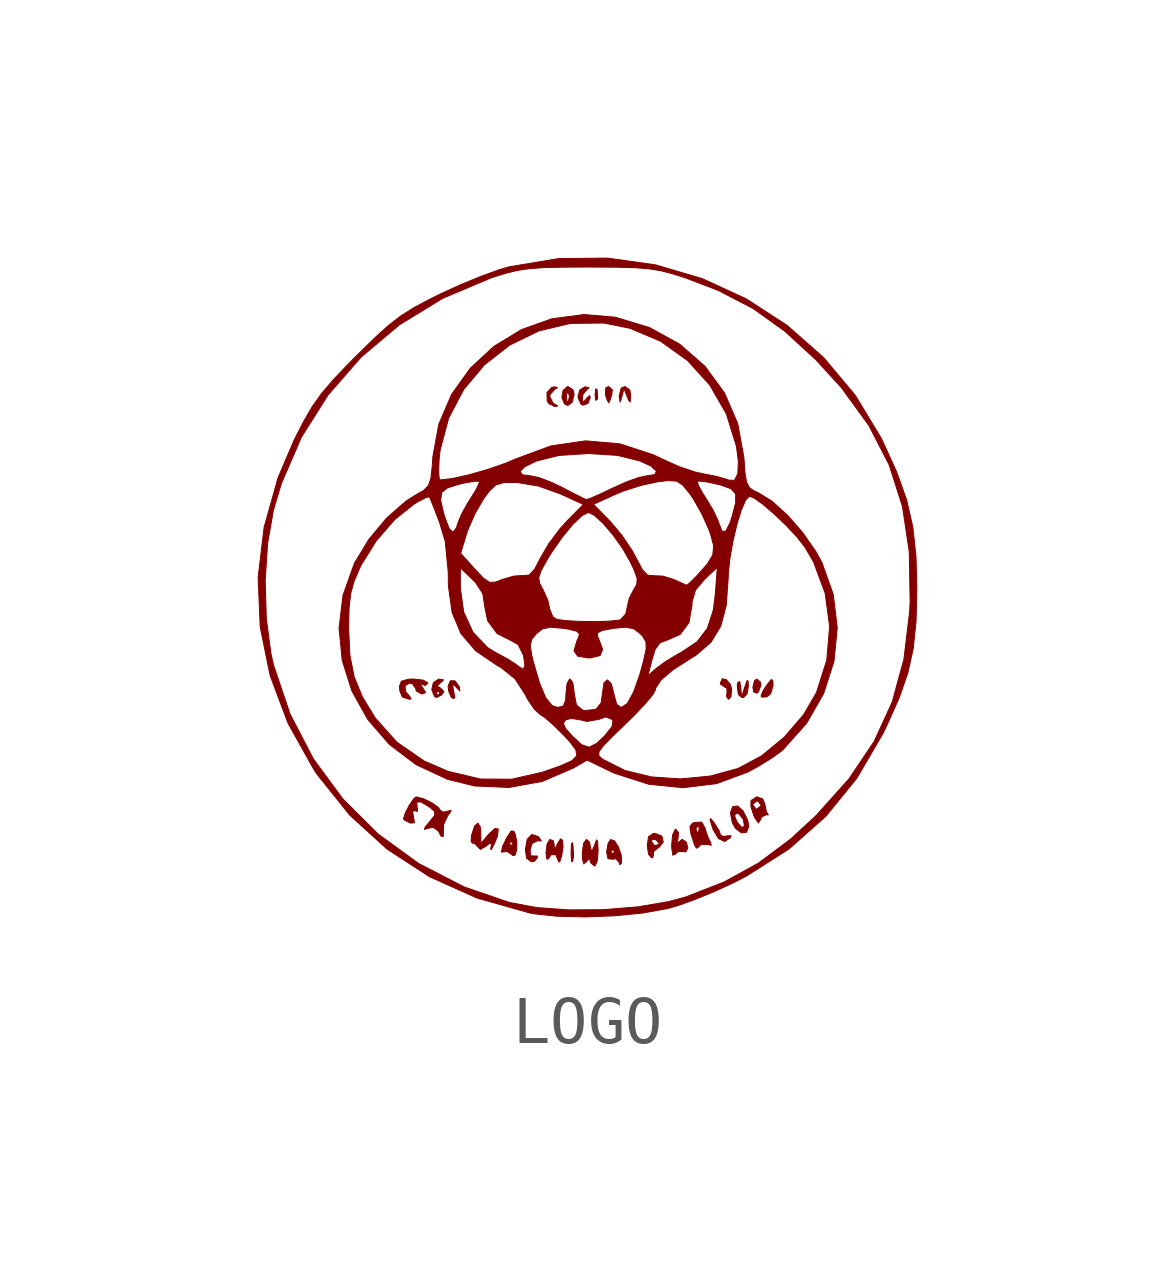
<source format=kicad_sym>
(kicad_symbol_lib
  (version 20231120)
  (generator "kicad_symbol_editor")
  (generator_version "8.0")
  (symbol "LOGO"
    (pin_names
      (offset 1.016))
    (property "Reference" "#G"
      (at 0 8.848 0)
      (effects (font (size 1.27 1.27)) (hide yes)))
    (symbol "LOGO_0_0"
      (polyline (pts (xy 3.237 -2.32) (xy 3.233 -2.318) (xy 3.234 -2.328) (xy 3.237 -2.32)) (stroke (width 0.01) (type default)) (fill (type outline)))
      (polyline (pts (xy 0.225 3.873) (xy 0.237 3.912) (xy 0.225 4.085) (xy 0.196 4.099) (xy 0.183 3.979) (xy 0.195 3.863) (xy 0.225 3.873)) (stroke (width 0.01) (type default)) (fill (type outline)))
      (polyline (pts (xy 3.219 -2.117) (xy 3.197 -2.001) (xy 3.16 -2.014) (xy 3.146 -2.073) (xy 3.166 -2.252) (xy 3.188 -2.294) (xy 3.233 -2.318) (xy 3.219 -2.117)) (stroke (width 0.01) (type default)) (fill (type outline)))
      (polyline (pts (xy 3.35 -2.26) (xy 3.378 -2.091) (xy 3.372 -1.993) (xy 3.352 -1.977) (xy 3.302 -2.117) (xy 3.237 -2.32) (xy 3.272 -2.338) (xy 3.35 -2.26)) (stroke (width 0.01) (type default)) (fill (type outline)))
      (polyline (pts (xy -0.281 -5.737) (xy -0.265 -5.619) (xy -0.279 -5.399) (xy -0.29 -5.357) (xy -0.309 -5.382) (xy -0.317 -5.546) (xy -0.316 -5.635) (xy -0.303 -5.757) (xy -0.281 -5.737)) (stroke (width 0.01) (type default)) (fill (type outline)))
      (polyline (pts (xy 0.487 3.843) (xy 0.532 3.979) (xy 0.541 4.084) (xy 0.466 4.149) (xy 0.405 4.12) (xy 0.399 3.979) (xy 0.429 3.88) (xy 0.466 3.81) (xy 0.487 3.843)) (stroke (width 0.01) (type default)) (fill (type outline)))
      (polyline (pts (xy 3.589 -2.213) (xy 3.641 -2.069) (xy 3.632 -2.016) (xy 3.556 -1.947) (xy 3.506 -1.981) (xy 3.471 -2.122) (xy 3.489 -2.218) (xy 3.556 -2.244) (xy 3.589 -2.213)) (stroke (width 0.01) (type default)) (fill (type outline)))
      (polyline (pts (xy 3.768 -2.317) (xy 3.842 -2.253) (xy 3.892 -2.087) (xy 3.888 -1.986) (xy 3.858 -1.957) (xy 3.765 -2.069) (xy 3.687 -2.188) (xy 3.641 -2.3) (xy 3.658 -2.326) (xy 3.768 -2.317)) (stroke (width 0.01) (type default)) (fill (type outline)))
      (polyline (pts (xy 0.925 3.958) (xy 0.906 4.077) (xy 0.804 4.149) (xy 0.727 4.114) (xy 0.687 3.958) (xy 0.692 3.878) (xy 0.707 3.827) (xy 0.741 3.937) (xy 0.785 4.106) (xy 0.852 3.937) (xy 0.885 3.858) (xy 0.916 3.827) (xy 0.925 3.958)) (stroke (width 0.01) (type default)) (fill (type outline)))
      (polyline (pts (xy 3.014 -2.318) (xy 3.029 -2.159) (xy 3.003 -2.063) (xy 2.921 -1.962) (xy 2.834 -1.942) (xy 2.794 -2.032) (xy 2.798 -2.057) (xy 2.888 -2.117) (xy 2.929 -2.135) (xy 2.933 -2.244) (xy 2.919 -2.309) (xy 2.965 -2.371) (xy 3.014 -2.318)) (stroke (width 0.01) (type default)) (fill (type outline)))
      (polyline (pts (xy -0.596 3.743) (xy -0.656 3.781) (xy -0.695 3.805) (xy -0.762 3.937) (xy -0.754 3.981) (xy -0.656 4.093) (xy -0.601 4.122) (xy -0.651 4.142) (xy -0.721 4.132) (xy -0.82 4.022) (xy -0.815 3.848) (xy -0.781 3.793) (xy -0.659 3.732) (xy -0.596 3.743)) (stroke (width 0.01) (type default)) (fill (type outline)))
      (polyline (pts (xy 3.005 -5.25) (xy 3.013 -5.211) (xy 2.925 -5.217) (xy 2.857 -5.232) (xy 2.794 -5.19) (xy 2.766 -5.105) (xy 2.668 -4.948) (xy 2.666 -4.945) (xy 2.589 -4.854) (xy 2.58 -4.886) (xy 2.634 -5.059) (xy 2.643 -5.083) (xy 2.755 -5.273) (xy 2.887 -5.335) (xy 3.005 -5.25)) (stroke (width 0.01) (type default)) (fill (type outline)))
      (polyline (pts (xy -2.741 -2.338) (xy -2.767 -2.18) (xy -2.779 -2.122) (xy -2.778 -2.048) (xy -2.71 -2.117) (xy -2.699 -2.131) (xy -2.636 -2.196) (xy -2.645 -2.122) (xy -2.651 -2.102) (xy -2.736 -1.986) (xy -2.832 -1.982) (xy -2.879 -2.095) (xy -2.87 -2.19) (xy -2.822 -2.314) (xy -2.773 -2.357) (xy -2.741 -2.338)) (stroke (width 0.01) (type default)) (fill (type outline)))
      (polyline (pts (xy -1.085 -5.747) (xy -1.016 -5.668) (xy -1.025 -5.635) (xy -1.108 -5.635) (xy -1.165 -5.631) (xy -1.169 -5.492) (xy -1.125 -5.368) (xy -1.014 -5.319) (xy -0.938 -5.321) (xy -0.987 -5.246) (xy -1.005 -5.229) (xy -1.135 -5.187) (xy -1.232 -5.288) (xy -1.27 -5.508) (xy -1.244 -5.682) (xy -1.143 -5.757) (xy -1.085 -5.747)) (stroke (width 0.01) (type default)) (fill (type outline)))
      (polyline (pts (xy 0.034 3.796) (xy 0.083 3.921) (xy 0.068 3.96) (xy 0 3.895) (xy -0.011 3.877) (xy -0.07 3.815) (xy -0.083 3.909) (xy -0.071 3.982) (xy 0.021 4.093) (xy 0.059 4.12) (xy -0.021 4.142) (xy -0.032 4.142) (xy -0.139 4.072) (xy -0.174 3.926) (xy -0.115 3.784) (xy -0.07 3.759) (xy 0.034 3.796)) (stroke (width 0.01) (type default)) (fill (type outline)))
      (polyline (pts (xy 1.855 -5.598) (xy 1.904 -5.548) (xy 2.023 -5.54) (xy 2.071 -5.552) (xy 2.117 -5.471) (xy 2.084 -5.346) (xy 1.998 -5.288) (xy 1.913 -5.355) (xy 1.893 -5.377) (xy 1.911 -5.271) (xy 1.922 -5.149) (xy 1.868 -5.08) (xy 1.852 -5.085) (xy 1.8 -5.193) (xy 1.779 -5.397) (xy 1.781 -5.475) (xy 1.804 -5.619) (xy 1.855 -5.598)) (stroke (width 0.01) (type default)) (fill (type outline)))
      (polyline (pts (xy -0.294 3.82) (xy -0.254 3.984) (xy -0.277 4.079) (xy -0.381 4.149) (xy -0.392 4.148) (xy -0.483 4.069) (xy -0.505 3.944) (xy -0.417 3.944) (xy -0.403 4.027) (xy -0.365 3.995) (xy -0.352 3.946) (xy -0.372 3.833) (xy -0.401 3.834) (xy -0.417 3.944) (xy -0.505 3.944) (xy -0.509 3.92) (xy -0.454 3.784) (xy -0.385 3.753) (xy -0.294 3.82)) (stroke (width 0.01) (type default)) (fill (type outline)))
      (polyline (pts (xy -3.011 -2.277) (xy -2.969 -2.207) (xy -3.036 -2.138) (xy -3.109 -2.092) (xy -3.036 -2.023) (xy -2.975 -1.965) (xy -3.069 -1.949) (xy -3.079 -1.949) (xy -3.187 -2.023) (xy -3.221 -2.171) (xy -3.19 -2.244) (xy -3.133 -2.244) (xy -3.09 -2.201) (xy -3.048 -2.244) (xy -3.09 -2.286) (xy -3.133 -2.244) (xy -3.19 -2.244) (xy -3.159 -2.316) (xy -3.12 -2.332) (xy -3.011 -2.277)) (stroke (width 0.01) (type default)) (fill (type outline)))
      (polyline (pts (xy -1.484 -5.618) (xy -1.451 -5.506) (xy -1.447 -5.342) (xy -1.481 -5.18) (xy -1.51 -5.119) (xy -1.565 -5.114) (xy -1.654 -5.249) (xy -1.716 -5.376) (xy -1.609 -5.376) (xy -1.566 -5.334) (xy -1.524 -5.376) (xy -1.566 -5.419) (xy -1.609 -5.376) (xy -1.716 -5.376) (xy -1.745 -5.436) (xy -1.769 -5.554) (xy -1.699 -5.549) (xy -1.655 -5.539) (xy -1.551 -5.608) (xy -1.537 -5.625) (xy -1.484 -5.618)) (stroke (width 0.01) (type default)) (fill (type outline)))
      (polyline (pts (xy -0.513 -5.63) (xy -0.485 -5.449) (xy -0.494 -5.311) (xy -0.537 -5.278) (xy -0.601 -5.382) (xy -0.625 -5.44) (xy -0.66 -5.494) (xy -0.671 -5.393) (xy -0.69 -5.315) (xy -0.762 -5.292) (xy -0.817 -5.385) (xy -0.84 -5.572) (xy -0.84 -5.572) (xy -0.823 -5.702) (xy -0.791 -5.694) (xy -0.735 -5.612) (xy -0.638 -5.606) (xy -0.583 -5.736) (xy -0.581 -5.752) (xy -0.555 -5.761) (xy -0.513 -5.63)) (stroke (width 0.01) (type default)) (fill (type outline)))
      (polyline (pts (xy 0.729 -5.791) (xy 0.734 -5.776) (xy 0.73 -5.627) (xy 0.672 -5.454) (xy 0.589 -5.321) (xy 0.508 -5.292) (xy 0.455 -5.37) (xy 0.424 -5.546) (xy 0.508 -5.546) (xy 0.55 -5.503) (xy 0.593 -5.546) (xy 0.55 -5.588) (xy 0.508 -5.546) (xy 0.424 -5.546) (xy 0.423 -5.548) (xy 0.452 -5.692) (xy 0.55 -5.703) (xy 0.618 -5.693) (xy 0.684 -5.769) (xy 0.693 -5.817) (xy 0.729 -5.791)) (stroke (width 0.01) (type default)) (fill (type outline)))
      (polyline (pts (xy 3.339 -5.141) (xy 3.387 -5.011) (xy 3.362 -4.887) (xy 3.265 -4.694) (xy 3.154 -4.594) (xy 3.051 -4.607) (xy 3.004 -4.732) (xy 3.015 -4.793) (xy 3.087 -4.793) (xy 3.132 -4.741) (xy 3.182 -4.758) (xy 3.273 -4.872) (xy 3.296 -5.018) (xy 3.236 -5.039) (xy 3.137 -4.918) (xy 3.087 -4.793) (xy 3.015 -4.793) (xy 3.043 -4.939) (xy 3.107 -5.057) (xy 3.23 -5.153) (xy 3.339 -5.141)) (stroke (width 0.01) (type default)) (fill (type outline)))
      (polyline (pts (xy 0.185 -5.837) (xy 0.231 -5.729) (xy 0.246 -5.524) (xy 0.245 -5.497) (xy 0.235 -5.322) (xy 0.213 -5.301) (xy 0.169 -5.419) (xy 0.167 -5.426) (xy 0.117 -5.536) (xy 0.093 -5.487) (xy 0.067 -5.346) (xy 0.006 -5.29) (xy -0.056 -5.367) (xy -0.083 -5.562) (xy -0.079 -5.697) (xy -0.054 -5.799) (xy 0 -5.757) (xy 0.054 -5.692) (xy 0.083 -5.736) (xy 0.09 -5.775) (xy 0.169 -5.842) (xy 0.185 -5.837)) (stroke (width 0.01) (type default)) (fill (type outline)))
      (polyline (pts (xy -1.914 -5.376) (xy -1.851 -5.217) (xy -1.834 -5.076) (xy -1.899 -5.059) (xy -2.035 -5.184) (xy -2.196 -5.376) (xy -2.199 -5.138) (xy -2.208 -5.035) (xy -2.258 -4.951) (xy -2.328 -5.01) (xy -2.391 -5.203) (xy -2.401 -5.335) (xy -2.366 -5.373) (xy -2.335 -5.366) (xy -2.265 -5.439) (xy -2.264 -5.442) (xy -2.206 -5.499) (xy -2.086 -5.428) (xy -2.035 -5.387) (xy -1.97 -5.362) (xy -1.989 -5.47) (xy -1.995 -5.495) (xy -1.981 -5.502) (xy -1.914 -5.376)) (stroke (width 0.01) (type default)) (fill (type outline)))
      (polyline (pts (xy 2.344 -5.445) (xy 2.384 -5.399) (xy 2.517 -5.396) (xy 2.605 -5.411) (xy 2.578 -5.327) (xy 2.544 -5.266) (xy 2.485 -5.093) (xy 2.479 -5.061) (xy 2.404 -4.928) (xy 2.249 -4.939) (xy 2.209 -4.957) (xy 2.16 -5.022) (xy 2.167 -5.08) (xy 2.286 -5.08) (xy 2.292 -5.035) (xy 2.342 -5.024) (xy 2.353 -5.036) (xy 2.342 -5.136) (xy 2.317 -5.15) (xy 2.286 -5.08) (xy 2.167 -5.08) (xy 2.175 -5.154) (xy 2.253 -5.397) (xy 2.294 -5.473) (xy 2.344 -5.445)) (stroke (width 0.01) (type default)) (fill (type outline)))
      (polyline (pts (xy 1.387 -5.668) (xy 1.403 -5.597) (xy 1.396 -5.552) (xy 1.482 -5.473) (xy 1.514 -5.458) (xy 1.603 -5.344) (xy 1.575 -5.222) (xy 1.439 -5.165) (xy 1.396 -5.167) (xy 1.297 -5.233) (xy 1.283 -5.329) (xy 1.355 -5.329) (xy 1.361 -5.298) (xy 1.439 -5.292) (xy 1.465 -5.309) (xy 1.524 -5.381) (xy 1.522 -5.39) (xy 1.439 -5.419) (xy 1.416 -5.415) (xy 1.355 -5.329) (xy 1.283 -5.329) (xy 1.27 -5.419) (xy 1.27 -5.422) (xy 1.297 -5.599) (xy 1.36 -5.673) (xy 1.387 -5.668)) (stroke (width 0.01) (type default)) (fill (type outline)))
      (polyline (pts (xy 3.625 -4.889) (xy 3.653 -4.822) (xy 3.752 -4.774) (xy 3.788 -4.781) (xy 3.789 -4.763) (xy 3.754 -4.717) (xy 3.725 -4.565) (xy 3.678 -4.446) (xy 3.553 -4.402) (xy 3.433 -4.481) (xy 3.431 -4.572) (xy 3.471 -4.572) (xy 3.474 -4.552) (xy 3.556 -4.487) (xy 3.576 -4.49) (xy 3.641 -4.572) (xy 3.638 -4.592) (xy 3.556 -4.657) (xy 3.536 -4.654) (xy 3.471 -4.572) (xy 3.431 -4.572) (xy 3.43 -4.604) (xy 3.491 -4.793) (xy 3.518 -4.849) (xy 3.587 -4.946) (xy 3.625 -4.889)) (stroke (width 0.01) (type default)) (fill (type outline)))
      (polyline (pts (xy -3.651 -2.362) (xy -3.683 -2.306) (xy -3.767 -2.208) (xy -3.778 -2.087) (xy -3.683 -2.032) (xy -3.624 -2.045) (xy -3.556 -2.145) (xy -3.542 -2.197) (xy -3.43 -2.258) (xy -3.422 -2.258) (xy -3.35 -2.231) (xy -3.409 -2.129) (xy -3.418 -2.117) (xy -3.471 -2.037) (xy -3.408 -2.063) (xy -3.357 -2.083) (xy -3.302 -2.037) (xy -3.304 -2.025) (xy -3.402 -1.97) (xy -3.598 -1.947) (xy -3.709 -1.951) (xy -3.855 -1.994) (xy -3.895 -2.103) (xy -3.887 -2.19) (xy -3.838 -2.314) (xy -3.826 -2.325) (xy -3.69 -2.369) (xy -3.651 -2.362)) (stroke (width 0.01) (type default)) (fill (type outline)))
      (polyline (pts (xy -2.979 -5.093) (xy -2.973 -4.979) (xy -2.888 -4.795) (xy -2.85 -4.748) (xy -2.817 -4.683) (xy -2.909 -4.706) (xy -2.985 -4.722) (xy -3.048 -4.679) (xy -3.08 -4.627) (xy -3.217 -4.528) (xy -3.396 -4.441) (xy -3.546 -4.403) (xy -3.594 -4.44) (xy -3.687 -4.575) (xy -3.772 -4.74) (xy -3.81 -4.863) (xy -3.792 -4.885) (xy -3.677 -4.943) (xy -3.66 -4.95) (xy -3.582 -4.943) (xy -3.602 -4.815) (xy -3.623 -4.701) (xy -3.566 -4.693) (xy -3.518 -4.706) (xy -3.524 -4.619) (xy -3.535 -4.514) (xy -3.447 -4.506) (xy -3.267 -4.616) (xy -3.163 -4.704) (xy -3.158 -4.787) (xy -3.267 -4.924) (xy -3.357 -5.03) (xy -3.373 -5.08) (xy -3.278 -5.053) (xy -3.184 -5.039) (xy -3.078 -5.124) (xy -3.031 -5.217) (xy -2.979 -5.232) (xy -2.979 -5.093)) (stroke (width 0.01) (type default)) (fill (type outline)))
      (polyline (pts (xy 0.589 -6.882) (xy 1.181 -6.823) (xy 1.693 -6.731) (xy 1.876 -6.68) (xy 2.252 -6.546) (xy 2.678 -6.372) (xy 3.09 -6.181) (xy 3.336 -6.054) (xy 4.226 -5.487) (xy 4.99 -4.81) (xy 5.637 -4.015) (xy 6.178 -3.09) (xy 6.257 -2.928) (xy 6.52 -2.34) (xy 6.701 -1.819) (xy 6.814 -1.307) (xy 6.872 -0.748) (xy 6.889 -0.085) (xy 6.871 0.604) (xy 6.805 1.217) (xy 6.676 1.783) (xy 6.47 2.362) (xy 6.174 3.013) (xy 6.144 3.074) (xy 5.606 3.964) (xy 4.948 4.749) (xy 4.186 5.421) (xy 3.337 5.973) (xy 2.419 6.396) (xy 1.448 6.683) (xy 0.441 6.825) (xy -0.583 6.814) (xy -1.609 6.643) (xy -1.818 6.581) (xy -2.199 6.443) (xy -2.628 6.266) (xy -3.048 6.074) (xy -3.25 5.974) (xy -3.586 5.796) (xy -3.865 5.62) (xy -4.13 5.415) (xy -4.423 5.148) (xy -4.789 4.789) (xy -4.954 4.623) (xy -5.273 4.289) (xy -5.513 4.008) (xy -5.707 3.736) (xy -5.886 3.428) (xy -6.084 3.043) (xy -6.424 2.247) (xy -6.715 1.211) (xy -6.839 0.172) (xy -6.836 0.104) (xy -6.692 0.104) (xy -6.642 0.88) (xy -6.52 1.574) (xy -6.356 2.126) (xy -5.938 3.093) (xy -5.381 3.974) (xy -4.697 4.758) (xy -3.897 5.433) (xy -2.991 5.988) (xy -1.99 6.41) (xy -1.928 6.431) (xy -1.667 6.512) (xy -1.43 6.569) (xy -1.18 6.606) (xy -0.877 6.627) (xy -0.482 6.636) (xy 0.042 6.639) (xy 0.165 6.638) (xy 0.659 6.635) (xy 1.031 6.624) (xy 1.32 6.6) (xy 1.564 6.559) (xy 1.802 6.497) (xy 2.074 6.41) (xy 2.754 6.149) (xy 3.473 5.776) (xy 4.131 5.306) (xy 4.784 4.708) (xy 5.317 4.124) (xy 5.89 3.335) (xy 6.311 2.518) (xy 6.589 1.649) (xy 6.731 0.705) (xy 6.749 -0.339) (xy 6.739 -0.54) (xy 6.62 -1.531) (xy 6.376 -2.426) (xy 5.998 -3.25) (xy 5.473 -4.03) (xy 4.79 -4.792) (xy 4.255 -5.286) (xy 3.584 -5.786) (xy 2.873 -6.177) (xy 2.074 -6.489) (xy 1.718 -6.586) (xy 1.071 -6.696) (xy 0.359 -6.754) (xy -0.362 -6.759) (xy -1.036 -6.71) (xy -1.607 -6.603) (xy -2.545 -6.281) (xy -3.49 -5.795) (xy -4.336 -5.181) (xy -5.072 -4.449) (xy -5.689 -3.612) (xy -6.174 -2.678) (xy -6.518 -1.659) (xy -6.573 -1.414) (xy -6.669 -0.683) (xy -6.692 0.104) (xy -6.836 0.104) (xy -6.796 -0.86) (xy -6.588 -1.878) (xy -6.214 -2.873) (xy -5.676 -3.835) (xy -5.603 -3.943) (xy -4.93 -4.783) (xy -4.152 -5.492) (xy -3.268 -6.067) (xy -2.279 -6.511) (xy -1.185 -6.821) (xy -1.093 -6.839) (xy -0.606 -6.891) (xy -0.026 -6.905) (xy 0.589 -6.882)) (stroke (width 0.01) (type default)) (fill (type outline)))
      (polyline (pts (xy 2.711 -4.128) (xy 3.365 -3.887) (xy 3.596 -3.761) (xy 3.878 -3.586) (xy 4.078 -3.439) (xy 4.099 -3.419) (xy 4.591 -2.87) (xy 4.947 -2.248) (xy 5.162 -1.576) (xy 5.23 -0.88) (xy 5.147 -0.185) (xy 4.908 0.485) (xy 4.785 0.707) (xy 4.51 1.103) (xy 4.192 1.467) (xy 3.869 1.759) (xy 3.577 1.938) (xy 3.506 1.969) (xy 3.402 2.038) (xy 3.342 2.149) (xy 3.308 2.344) (xy 3.284 2.666) (xy 3.283 2.677) (xy 3.155 3.377) (xy 2.88 4.014) (xy 2.473 4.57) (xy 1.947 5.03) (xy 1.32 5.376) (xy 0.604 5.593) (xy -0.045 5.649) (xy -0.72 5.56) (xy -1.354 5.333) (xy -1.927 4.984) (xy -2.418 4.529) (xy -2.808 3.983) (xy -3.074 3.361) (xy -3.198 2.681) (xy -3.212 2.469) (xy -3.221 2.398) (xy -3.078 2.398) (xy -3.066 2.646) (xy -3.046 2.825) (xy -2.869 3.49) (xy -2.555 4.087) (xy -2.124 4.6) (xy -1.596 5.012) (xy -0.992 5.306) (xy -0.333 5.464) (xy 0.363 5.472) (xy 0.911 5.362) (xy 1.548 5.092) (xy 2.109 4.691) (xy 2.573 4.18) (xy 2.92 3.576) (xy 3.129 2.901) (xy 3.169 2.594) (xy 3.158 2.332) (xy 3.088 2.193) (xy 2.963 2.198) (xy 2.918 2.217) (xy 2.716 2.275) (xy 2.455 2.325) (xy 2.271 2.366) (xy 1.934 2.479) (xy 1.608 2.625) (xy 1.404 2.723) (xy 0.699 2.954) (xy -0.015 3.016) (xy -0.74 2.91) (xy -1.482 2.635) (xy -1.682 2.55) (xy -2.047 2.422) (xy -2.199 2.379) (xy -1.381 2.379) (xy -1.28 2.479) (xy -1.038 2.596) (xy -0.571 2.712) (xy 0.042 2.752) (xy 0.647 2.714) (xy 1.122 2.596) (xy 1.347 2.49) (xy 1.462 2.387) (xy 1.43 2.314) (xy 1.244 2.284) (xy 1.095 2.253) (xy 0.841 2.162) (xy 0.55 2.032) (xy 0.291 1.908) (xy 0.092 1.821) (xy 0 1.792) (xy -0.07 1.823) (xy -0.254 1.915) (xy -0.502 2.044) (xy -0.718 2.148) (xy -0.977 2.248) (xy -1.153 2.286) (xy -1.333 2.309) (xy -1.381 2.379) (xy -2.199 2.379) (xy -2.436 2.311) (xy -2.79 2.231) (xy -3.048 2.201) (xy -3.067 2.237) (xy -3.078 2.398) (xy -3.221 2.398) (xy -3.24 2.228) (xy -3.291 2.083) (xy -3.384 1.988) (xy -3.54 1.897) (xy -3.755 1.762) (xy -4.16 1.408) (xy -4.532 0.962) (xy -4.828 0.474) (xy -4.833 0.463) (xy -5.071 -0.204) (xy -5.152 -0.884) (xy -5.152 -0.889) (xy -4.953 -0.889) (xy -4.953 -0.872) (xy -4.944 -0.47) (xy -4.912 -0.174) (xy -4.844 0.078) (xy -4.73 0.349) (xy -4.689 0.433) (xy -4.377 0.934) (xy -3.994 1.375) (xy -3.586 1.701) (xy -3.517 1.742) (xy -3.349 1.831) (xy -3.27 1.851) (xy -3.237 1.776) (xy -3.035 1.776) (xy -3.015 1.939) (xy -2.895 2.036) (xy -2.657 2.11) (xy -2.528 2.14) (xy -2.325 2.175) (xy -2.229 2.173) (xy -2.229 2.146) (xy -2.289 2.013) (xy -2.411 1.815) (xy -2.464 1.733) (xy -2.6 1.489) (xy -2.678 1.297) (xy -2.706 1.206) (xy -2.777 1.112) (xy -2.858 1.186) (xy -2.95 1.428) (xy -2.973 1.506) (xy -3.035 1.776) (xy -3.237 1.776) (xy -3.236 1.774) (xy -3.159 1.579) (xy -3.057 1.312) (xy -2.939 0.918) (xy -2.915 0.671) (xy -2.619 0.671) (xy -2.497 1.074) (xy -2.465 1.169) (xy -2.313 1.513) (xy -2.134 1.818) (xy -2.024 1.967) (xy -1.889 2.096) (xy -1.725 2.145) (xy -1.463 2.148) (xy -1.433 2.147) (xy -1 2.075) (xy -0.547 1.914) (xy -0.065 1.694) (xy 0.15 1.694) (xy 0.604 1.9) (xy 0.783 1.974) (xy 1.155 2.092) (xy 1.491 2.164) (xy 1.713 2.188) (xy 1.885 2.176) (xy 1.89 2.173) (xy 2.314 2.173) (xy 2.347 2.179) (xy 2.505 2.161) (xy 2.741 2.11) (xy 2.805 2.094) (xy 3.016 2.018) (xy 3.112 1.91) (xy 3.113 1.727) (xy 3.035 1.428) (xy 2.994 1.304) (xy 2.907 1.134) (xy 2.83 1.132) (xy 2.763 1.297) (xy 2.745 1.353) (xy 2.642 1.573) (xy 2.496 1.815) (xy 2.431 1.915) (xy 2.335 2.088) (xy 2.314 2.173) (xy 1.89 2.173) (xy 2.01 2.095) (xy 2.154 1.919) (xy 2.233 1.804) (xy 2.406 1.498) (xy 2.55 1.181) (xy 2.593 1.063) (xy 2.655 0.825) (xy 2.635 0.637) (xy 2.518 0.444) (xy 2.292 0.191) (xy 2.285 0.184) (xy 2.156 0.056) (xy 2.092 0.007) (xy 2.09 0.008) (xy 1.998 0.048) (xy 1.82 0.128) (xy 1.592 0.198) (xy 1.397 0.206) (xy 1.28 0.217) (xy 1.17 0.329) (xy 1.04 0.572) (xy 0.954 0.732) (xy 0.739 1.051) (xy 0.501 1.334) (xy 0.15 1.694) (xy -0.065 1.694) (xy -0.06 1.692) (xy -0.414 1.333) (xy -0.548 1.185) (xy -0.783 0.871) (xy -0.956 0.573) (xy -1.076 0.343) (xy -1.188 0.221) (xy -1.304 0.207) (xy -1.316 0.21) (xy -1.51 0.198) (xy -1.626 0.164) (xy -0.992 0.164) (xy -0.942 0.312) (xy -0.812 0.545) (xy -0.721 0.694) (xy -0.501 1.009) (xy -0.282 1.274) (xy -0.092 1.456) (xy 0.041 1.524) (xy 0.163 1.468) (xy 0.348 1.299) (xy 0.557 1.055) (xy 0.759 0.771) (xy 0.922 0.485) (xy 0.997 0.326) (xy 1.06 0.147) (xy 1.052 0.025) (xy 0.98 -0.101) (xy 0.895 -0.266) (xy 0.847 -0.475) (xy 0.821 -0.594) (xy 0.713 -0.711) (xy 0.677 -0.721) (xy 0.476 -0.742) (xy 0.186 -0.751) (xy -0.132 -0.747) (xy -0.419 -0.731) (xy -0.614 -0.704) (xy -0.698 -0.651) (xy -0.762 -0.494) (xy -0.802 -0.306) (xy -0.902 -0.085) (xy -0.97 0.041) (xy -0.992 0.164) (xy -1.626 0.164) (xy -1.745 0.129) (xy -1.897 0.071) (xy -2.019 0.069) (xy -2.142 0.152) (xy -2.321 0.342) (xy -2.619 0.671) (xy -2.915 0.671) (xy -2.877 0.279) (xy -2.874 -0.009) (xy -2.868 -0.051) (xy -2.625 -0.051) (xy -2.625 0.37) (xy -2.371 0.127) (xy -2.307 0.063) (xy -2.158 -0.164) (xy -2.117 -0.436) (xy -2.057 -0.732) (xy -1.86 -0.998) (xy -1.552 -1.154) (xy -1.42 -1.23) (xy -1.41 -1.251) (xy -1.168 -1.251) (xy -1.138 -1.121) (xy -1.04 -1.002) (xy -0.91 -0.902) (xy -0.743 -0.867) (xy -0.479 -0.891) (xy -0.39 -0.905) (xy -0.203 -0.949) (xy -0.141 -1.008) (xy -0.171 -1.104) (xy -0.195 -1.151) (xy -0.256 -1.358) (xy -0.179 -1.472) (xy 0.042 -1.507) (xy 0.091 -1.506) (xy 0.287 -1.459) (xy 0.34 -1.33) (xy 0.256 -1.104) (xy 0.238 -1.069) (xy 0.233 -0.986) (xy 0.331 -0.935) (xy 0.564 -0.891) (xy 0.815 -0.867) (xy 0.986 -0.898) (xy 1.124 -1.002) (xy 1.174 -1.055) (xy 1.243 -1.171) (xy 1.247 -1.323) (xy 1.192 -1.573) (xy 1.12 -1.837) (xy 1.106 -1.879) (xy 1.284 -1.879) (xy 1.373 -1.528) (xy 1.436 -1.328) (xy 1.538 -1.191) (xy 1.708 -1.127) (xy 1.959 -1.015) (xy 2.139 -0.772) (xy 2.201 -0.42) (xy 2.205 -0.335) (xy 2.275 -0.095) (xy 2.466 0.132) (xy 2.731 0.381) (xy 2.688 -0.184) (xy 2.647 -0.512) (xy 2.523 -0.892) (xy 2.307 -1.173) (xy 1.976 -1.393) (xy 1.919 -1.423) (xy 1.664 -1.575) (xy 1.467 -1.718) (xy 1.284 -1.879) (xy 1.106 -1.879) (xy 0.986 -2.219) (xy 0.854 -2.458) (xy 0.729 -2.54) (xy 0.634 -2.476) (xy 0.577 -2.271) (xy 0.576 -2.263) (xy 0.522 -2.047) (xy 0.442 -1.965) (xy 0.37 -2.023) (xy 0.339 -2.228) (xy 0.309 -2.445) (xy 0.205 -2.573) (xy 0.177 -2.583) (xy -0.059 -2.608) (xy -0.205 -2.492) (xy -0.254 -2.237) (xy -0.255 -2.204) (xy -0.282 -2.022) (xy -0.339 -1.947) (xy -0.35 -1.95) (xy -0.402 -2.048) (xy -0.423 -2.244) (xy -0.429 -2.383) (xy -0.478 -2.509) (xy -0.597 -2.54) (xy -0.713 -2.501) (xy -0.846 -2.338) (xy -0.975 -2.033) (xy -1.108 -1.573) (xy -1.137 -1.453) (xy -1.168 -1.251) (xy -1.41 -1.251) (xy -1.309 -1.453) (xy -1.279 -1.663) (xy -1.314 -1.746) (xy -1.422 -1.677) (xy -1.466 -1.641) (xy -1.645 -1.527) (xy -1.882 -1.399) (xy -2.054 -1.295) (xy -2.361 -0.974) (xy -2.556 -0.55) (xy -2.625 -0.051) (xy -2.868 -0.051) (xy -2.797 -0.558) (xy -2.612 -1) (xy -2.308 -1.357) (xy -1.871 -1.655) (xy -1.776 -1.709) (xy -1.486 -1.942) (xy -1.284 -2.252) (xy -1.217 -2.377) (xy -1.08 -2.579) (xy -0.967 -2.681) (xy -0.867 -2.747) (xy -0.726 -2.869) (xy -0.482 -2.869) (xy -0.429 -2.797) (xy -0.314 -2.768) (xy -0.107 -2.801) (xy 0.013 -2.832) (xy 0.269 -2.786) (xy 0.401 -2.737) (xy 0.533 -2.786) (xy 0.556 -2.819) (xy 0.535 -2.942) (xy 0.382 -3.132) (xy 0.222 -3.285) (xy 0.06 -3.369) (xy -0.096 -3.317) (xy -0.3 -3.129) (xy -0.429 -2.983) (xy -0.482 -2.869) (xy -0.726 -2.869) (xy -0.682 -2.908) (xy -0.468 -3.12) (xy -0.345 -3.253) (xy -0.218 -3.421) (xy -0.199 -3.537) (xy 0.258 -3.537) (xy 0.265 -3.462) (xy 0.348 -3.347) (xy 0.523 -3.166) (xy 0.805 -2.894) (xy 0.995 -2.708) (xy 1.224 -2.466) (xy 1.381 -2.278) (xy 1.439 -2.175) (xy 1.445 -2.137) (xy 1.56 -1.964) (xy 1.805 -1.756) (xy 2.157 -1.53) (xy 2.289 -1.448) (xy 2.598 -1.181) (xy 2.802 -0.844) (xy 2.917 -0.409) (xy 2.957 0.153) (xy 2.96 0.252) (xy 2.995 0.581) (xy 3.059 0.938) (xy 3.141 1.284) (xy 3.232 1.579) (xy 3.322 1.785) (xy 3.4 1.863) (xy 3.491 1.828) (xy 3.681 1.694) (xy 3.919 1.49) (xy 4.169 1.25) (xy 4.395 1.007) (xy 4.561 0.794) (xy 4.734 0.497) (xy 4.978 -0.159) (xy 5.071 -0.852) (xy 5.012 -1.552) (xy 4.798 -2.227) (xy 4.529 -2.69) (xy 4.126 -3.159) (xy 3.654 -3.548) (xy 3.158 -3.813) (xy 2.583 -3.97) (xy 1.966 -4.029) (xy 1.359 -3.988) (xy 0.805 -3.853) (xy 0.351 -3.625) (xy 0.311 -3.596) (xy 0.258 -3.537) (xy -0.199 -3.537) (xy -0.197 -3.545) (xy -0.297 -3.648) (xy -0.531 -3.755) (xy -0.913 -3.889) (xy -1.553 -4.035) (xy -2.204 -4.032) (xy -2.883 -3.87) (xy -3.38 -3.656) (xy -3.95 -3.262) (xy -4.401 -2.755) (xy -4.668 -2.317) (xy -4.839 -1.9) (xy -4.928 -1.445) (xy -4.953 -0.889) (xy -5.152 -0.889) (xy -5.087 -1.557) (xy -4.884 -2.2) (xy -4.554 -2.791) (xy -4.105 -3.309) (xy -3.547 -3.732) (xy -2.889 -4.038) (xy -2.326 -4.176) (xy -1.611 -4.207) (xy -0.916 -4.081) (xy -0.267 -3.801) (xy 0.017 -3.636) (xy 0.453 -3.848) (xy 0.591 -3.912) (xy 1.301 -4.14) (xy 2.015 -4.212) (xy 2.711 -4.128)) (stroke (width 0.01) (type default)) (fill (type outline))))))
</source>
